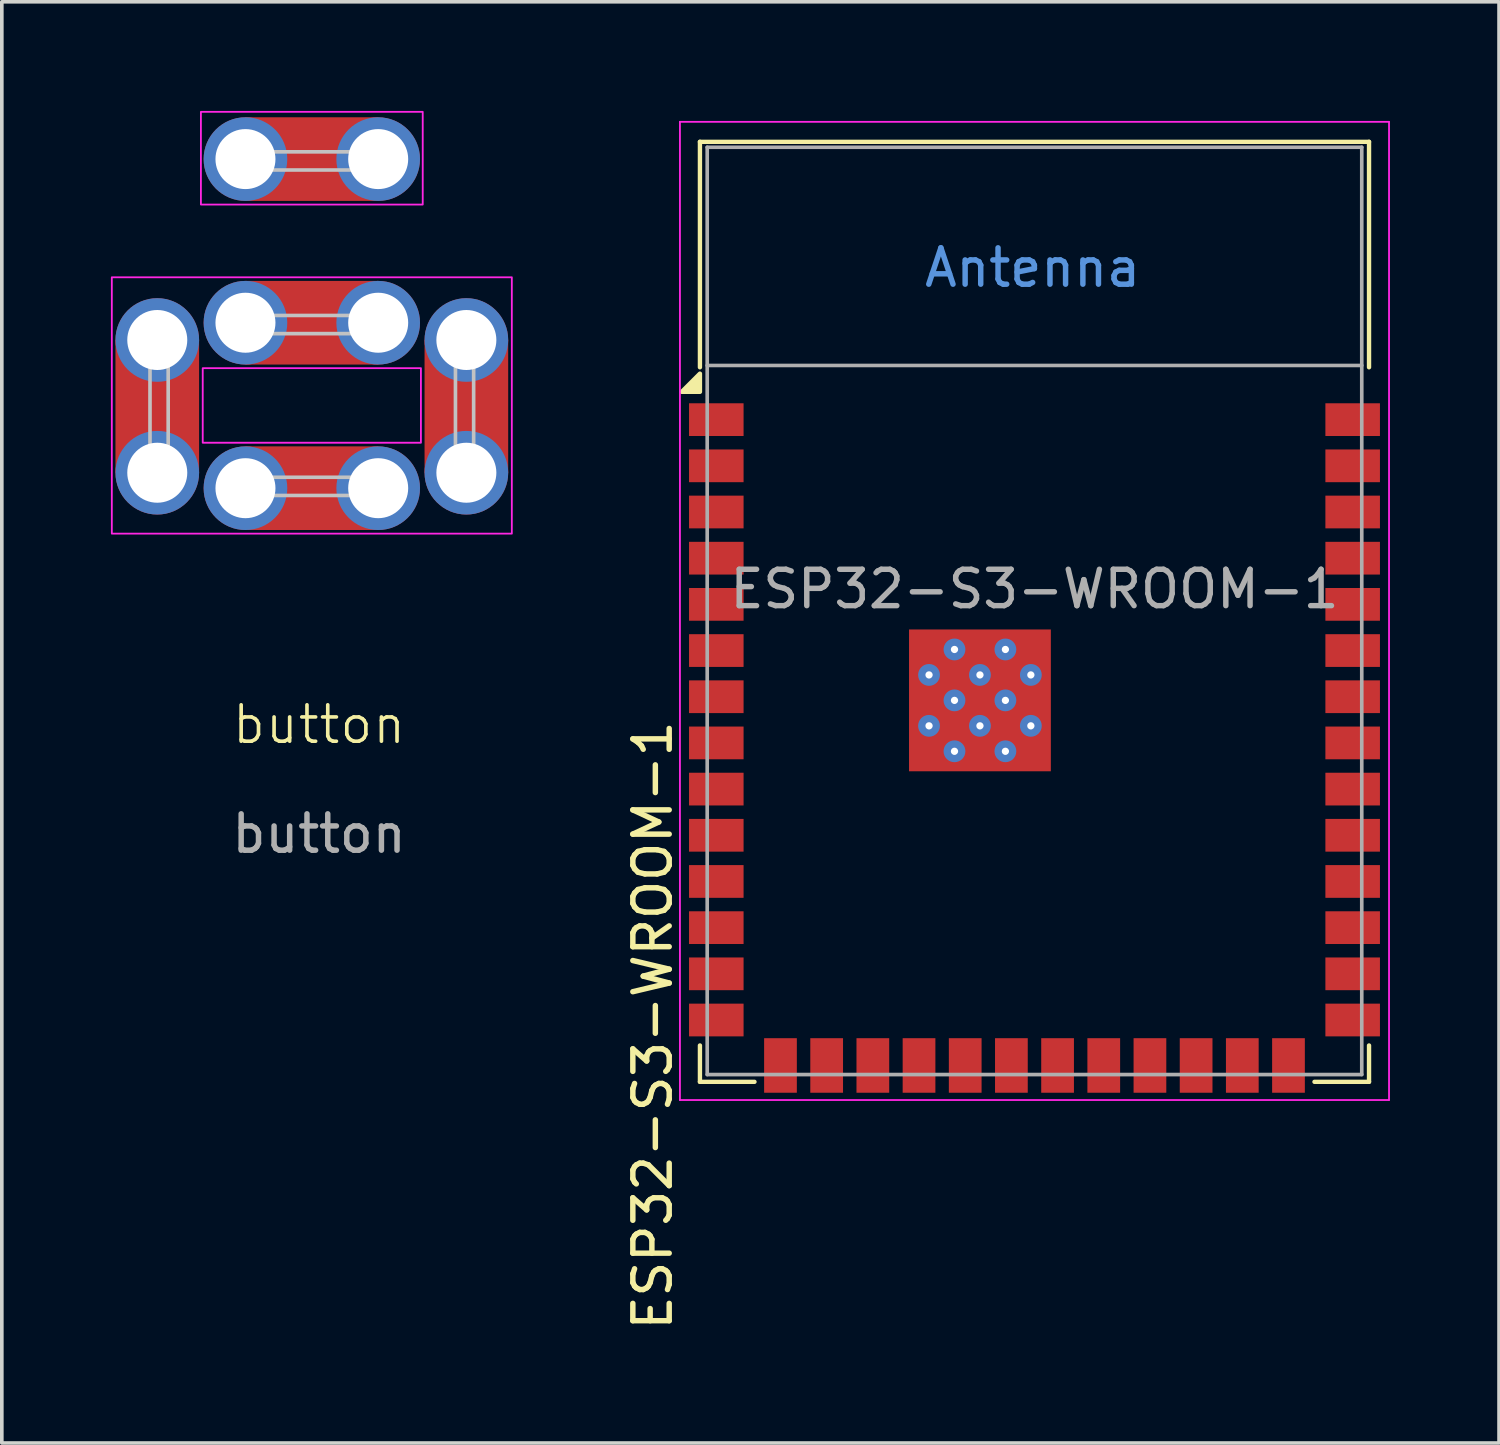
<source format=kicad_pcb>
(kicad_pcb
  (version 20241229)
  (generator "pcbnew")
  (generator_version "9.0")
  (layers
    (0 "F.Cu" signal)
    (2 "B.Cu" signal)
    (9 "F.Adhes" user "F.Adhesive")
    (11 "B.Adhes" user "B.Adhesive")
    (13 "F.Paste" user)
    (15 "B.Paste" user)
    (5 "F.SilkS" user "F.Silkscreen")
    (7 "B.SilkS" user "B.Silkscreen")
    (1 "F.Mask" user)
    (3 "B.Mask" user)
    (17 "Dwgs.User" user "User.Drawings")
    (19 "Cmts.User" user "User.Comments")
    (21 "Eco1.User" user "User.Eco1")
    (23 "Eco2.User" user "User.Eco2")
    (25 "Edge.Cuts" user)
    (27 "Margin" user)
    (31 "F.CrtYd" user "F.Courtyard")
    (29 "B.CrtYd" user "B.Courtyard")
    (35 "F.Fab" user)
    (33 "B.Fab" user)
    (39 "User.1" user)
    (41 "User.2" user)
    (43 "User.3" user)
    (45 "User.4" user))
  (footprint "button"
    (layer "F.Cu")
    (at 5.525 5.875)
    (property "Reference" "button" (at 0.2 11 0) (unlocked yes) (layer "F.SilkS") (effects (font (size 1 1) (thickness 0.1))))
    (attr smd)
    (fp_rect (start -4.45 0.85) (end -3.95 3.65) (stroke (width 0.1) (type solid)) (fill no) (layer "Dwgs.User"))
    (fp_rect (start -1.4 -4.75) (end 1.4 -4.25) (stroke (width 0.1) (type solid)) (fill no) (layer "Dwgs.User"))
    (fp_rect (start -1.4 -0.25) (end 1.4 0.25) (stroke (width 0.1) (type solid)) (fill no) (layer "Dwgs.User"))
    (fp_rect (start -1.4 4.2) (end 1.4 4.7) (stroke (width 0.1) (type solid)) (fill no) (layer "Dwgs.User"))
    (fp_rect (start 3.95 0.85) (end 4.45 3.65) (stroke (width 0.1) (type solid)) (fill no) (layer "Dwgs.User"))
    (fp_rect (start -5.5 -1.3) (end 5.5 5.75) (stroke (width 0.05) (type default)) (fill no) (layer "F.CrtYd"))
    (fp_rect (start -3.05 -5.85) (end 3.05 -3.3) (stroke (width 0.05) (type default)) (fill no) (layer "F.CrtYd"))
    (fp_rect (start -3 1.2) (end 3 3.25) (stroke (width 0.05) (type default)) (fill no) (layer "F.CrtYd"))
    (fp_text user "${REFERENCE}" (at 0.2 14 0) (unlocked yes) (layer "F.Fab") (effects (font (size 1 1) (thickness 0.15))))
    (pad "1" thru_hole circle (at -1.825 4.5) (size 2.3 2.3) (drill 1.65) (layers "*.Cu" "*.Mask"))
    (pad "1" smd rect (at 0 4.5) (size 3.65 2.3) (layers "F.Cu" "F.Mask" "F.Paste"))
    (pad "1" thru_hole circle (at 1.825 4.5) (size 2.3 2.3) (drill 1.65) (layers "*.Cu" "*.Mask"))
    (pad "2" thru_hole circle (at -1.825 -0.05 180) (size 2.3 2.3) (drill 1.65) (layers "*.Cu" "*.Mask"))
    (pad "2" smd rect (at 0 -0.05) (size 3.65 2.3) (layers "F.Cu" "F.Mask" "F.Paste"))
    (pad "2" thru_hole circle (at 1.825 -0.05 180) (size 2.3 2.3) (drill 1.65) (layers "*.Cu" "*.Mask"))
    (pad "3" thru_hole circle (at -1.825 -4.55 180) (size 2.3 2.3) (drill 1.65) (layers "*.Cu" "*.Mask"))
    (pad "3" smd rect (at 0 -4.55) (size 3.65 2.3) (layers "F.Cu" "F.Mask" "F.Paste"))
    (pad "3" thru_hole circle (at 1.825 -4.55 180) (size 2.3 2.3) (drill 1.65) (layers "*.Cu" "*.Mask"))
    (pad "4" smd rect (at -4.25 2.25 90) (size 3.65 2.3) (layers "F.Cu" "F.Mask" "F.Paste"))
    (pad "4" thru_hole circle (at -4.25 0.425 270) (size 2.3 2.3) (drill 1.65) (layers "*.Cu" "*.Mask"))
    (pad "4" thru_hole circle (at -4.25 4.075 270) (size 2.3 2.3) (drill 1.65) (layers "*.Cu" "*.Mask"))
    (pad "5" thru_hole circle (at 4.25 0.425 90) (size 2.3 2.3) (drill 1.65) (layers "*.Cu" "*.Mask"))
    (pad "5" smd rect (at 4.25 2.25 90) (size 3.65 2.3) (layers "F.Cu" "F.Mask" "F.Paste"))
    (pad "5" thru_hole circle (at 4.25 4.075 90) (size 2.3 2.3) (drill 1.65) (layers "*.Cu" "*.Mask")))
  (footprint "ESP32-S3-WROOM-1"
    (layer "F.Cu")
    (at 34.398 1)
    (property "Reference" "ESP32-S3-WROOM-1" (at -19.5 24.15 90) (unlocked yes) (layer "F.SilkS") (effects (font (size 1 1) (thickness 0.15))))
    (attr smd)
    (fp_line (start -18.2 -0.15) (end -18.2 6.05) (stroke (width 0.12) (type solid)) (layer "F.SilkS"))
    (fp_line (start -18.2 -0.15) (end 0.2 -0.15) (stroke (width 0.12) (type solid)) (layer "F.SilkS"))
    (fp_line (start -18.2 24.7) (end -18.2 25.7) (stroke (width 0.12) (type solid)) (layer "F.SilkS"))
    (fp_line (start -18.2 25.7) (end -16.7 25.7) (stroke (width 0.12) (type solid)) (layer "F.SilkS"))
    (fp_line (start 0.2 -0.15) (end 0.2 6.05) (stroke (width 0.12) (type solid)) (layer "F.SilkS"))
    (fp_line (start 0.2 25.7) (end -1.3 25.7) (stroke (width 0.12) (type solid)) (layer "F.SilkS"))
    (fp_line (start 0.2 25.7) (end 0.2 24.7) (stroke (width 0.12) (type solid)) (layer "F.SilkS"))
    (fp_poly (pts (xy -18.2 6.725) (xy -18.7 6.725) (xy -18.2 6.225) (xy -18.2 6.725)) (stroke (width 0.12) (type solid)) (fill yes) (layer "F.SilkS"))
    (fp_line (start -18.75 -0.7) (end 0.75 -0.7) (stroke (width 0.05) (type solid)) (layer "F.CrtYd"))
    (fp_line (start -18.75 26.2) (end -18.75 -0.7) (stroke (width 0.05) (type solid)) (layer "F.CrtYd"))
    (fp_line (start -18.75 26.2) (end 0.75 26.2) (stroke (width 0.05) (type solid)) (layer "F.CrtYd"))
    (fp_line (start 0.75 -0.7) (end 0.75 26.2) (stroke (width 0.05) (type solid)) (layer "F.CrtYd"))
    (fp_line (start -18 0) (end 0 0) (stroke (width 0.1) (type solid)) (layer "F.Fab"))
    (fp_line (start -18 6) (end 0 6) (stroke (width 0.1) (type solid)) (layer "F.Fab"))
    (fp_line (start -18 25.5) (end -18 0) (stroke (width 0.1) (type solid)) (layer "F.Fab"))
    (fp_line (start -18 25.5) (end 0 25.5) (stroke (width 0.1) (type solid)) (layer "F.Fab"))
    (fp_line (start 0 25.5) (end 0 0) (stroke (width 0.1) (type solid)) (layer "F.Fab"))
    (fp_text user "Antenna" (at -9.05 3.31 0) (layer "Cmts.User") (effects (font (size 1 1) (thickness 0.15))))
    (fp_text user "${REFERENCE}" (at -9 12.15 0) (unlocked yes) (layer "F.Fab") (effects (font (size 1 1) (thickness 0.15))))
    (pad "" smd rect (at -11.9 13.81) (size 0.9 0.9) (layers "F.Paste"))
    (pad "" smd rect (at -11.9 15.21 270) (size 0.9 0.9) (layers "F.Paste"))
    (pad "" smd rect (at -11.9 16.61) (size 0.9 0.9) (layers "F.Paste"))
    (pad "" smd rect (at -10.5 13.81 270) (size 0.9 0.9) (layers "F.Paste"))
    (pad "" smd rect (at -10.5 15.21 270) (size 0.9 0.9) (layers "F.Paste"))
    (pad "" smd rect (at -10.5 16.61 270) (size 0.9 0.9) (layers "F.Paste"))
    (pad "" smd rect (at -9.1 13.81 270) (size 0.9 0.9) (layers "F.Paste"))
    (pad "" smd rect (at -9.1 15.21 270) (size 0.9 0.9) (layers "F.Paste"))
    (pad "" smd rect (at -9.1 16.61 270) (size 0.9 0.9) (layers "F.Paste"))
    (pad "1" smd rect (at -17.75 7.49) (size 1.5 0.9) (layers "F.Cu" "F.Mask" "F.Paste"))
    (pad "2" smd rect (at -17.75 8.76) (size 1.5 0.9) (layers "F.Cu" "F.Mask" "F.Paste"))
    (pad "3" smd rect (at -17.75 10.03) (size 1.5 0.9) (layers "F.Cu" "F.Mask" "F.Paste"))
    (pad "4" smd rect (at -17.75 11.3) (size 1.5 0.9) (layers "F.Cu" "F.Mask" "F.Paste"))
    (pad "5" smd rect (at -17.75 12.57) (size 1.5 0.9) (layers "F.Cu" "F.Mask" "F.Paste"))
    (pad "6" smd rect (at -17.75 13.84) (size 1.5 0.9) (layers "F.Cu" "F.Mask" "F.Paste"))
    (pad "7" smd rect (at -17.75 15.11) (size 1.5 0.9) (layers "F.Cu" "F.Mask" "F.Paste"))
    (pad "8" smd rect (at -17.75 16.38) (size 1.5 0.9) (layers "F.Cu" "F.Mask" "F.Paste"))
    (pad "9" smd rect (at -17.75 17.65) (size 1.5 0.9) (layers "F.Cu" "F.Mask" "F.Paste"))
    (pad "10" smd rect (at -17.75 18.92) (size 1.5 0.9) (layers "F.Cu" "F.Mask" "F.Paste"))
    (pad "11" smd rect (at -17.75 20.19) (size 1.5 0.9) (layers "F.Cu" "F.Mask" "F.Paste"))
    (pad "12" smd rect (at -17.75 21.46) (size 1.5 0.9) (layers "F.Cu" "F.Mask" "F.Paste"))
    (pad "13" smd rect (at -17.75 22.73) (size 1.5 0.9) (layers "F.Cu" "F.Mask" "F.Paste"))
    (pad "14" smd rect (at -17.75 24 180) (size 1.5 0.9) (layers "F.Cu" "F.Mask" "F.Paste"))
    (pad "15" smd rect (at -15.985 25.25 270) (size 1.5 0.9) (layers "F.Cu" "F.Mask" "F.Paste"))
    (pad "16" smd rect (at -14.715 25.25 270) (size 1.5 0.9) (layers "F.Cu" "F.Mask" "F.Paste"))
    (pad "17" smd rect (at -13.445 25.25 270) (size 1.5 0.9) (layers "F.Cu" "F.Mask" "F.Paste"))
    (pad "18" smd rect (at -12.175 25.25 270) (size 1.5 0.9) (layers "F.Cu" "F.Mask" "F.Paste"))
    (pad "19" smd rect (at -10.905 25.25 270) (size 1.5 0.9) (layers "F.Cu" "F.Mask" "F.Paste"))
    (pad "20" smd rect (at -9.635 25.25 270) (size 1.5 0.9) (layers "F.Cu" "F.Mask" "F.Paste"))
    (pad "21" smd rect (at -8.365 25.25 270) (size 1.5 0.9) (layers "F.Cu" "F.Mask" "F.Paste"))
    (pad "22" smd rect (at -7.095 25.25 270) (size 1.5 0.9) (layers "F.Cu" "F.Mask" "F.Paste"))
    (pad "23" smd rect (at -5.825 25.25 270) (size 1.5 0.9) (layers "F.Cu" "F.Mask" "F.Paste"))
    (pad "24" smd rect (at -4.555 25.25 270) (size 1.5 0.9) (layers "F.Cu" "F.Mask" "F.Paste"))
    (pad "25" smd rect (at -3.285 25.25 270) (size 1.5 0.9) (layers "F.Cu" "F.Mask" "F.Paste"))
    (pad "26" smd rect (at -2.015 25.25 270) (size 1.5 0.9) (layers "F.Cu" "F.Mask" "F.Paste"))
    (pad "27" smd rect (at -0.25 24) (size 1.5 0.9) (layers "F.Cu" "F.Mask" "F.Paste"))
    (pad "28" smd rect (at -0.25 22.73) (size 1.5 0.9) (layers "F.Cu" "F.Mask" "F.Paste"))
    (pad "29" smd rect (at -0.25 21.46) (size 1.5 0.9) (layers "F.Cu" "F.Mask" "F.Paste"))
    (pad "30" smd rect (at -0.25 20.19) (size 1.5 0.9) (layers "F.Cu" "F.Mask" "F.Paste"))
    (pad "31" smd rect (at -0.25 18.92) (size 1.5 0.9) (layers "F.Cu" "F.Mask" "F.Paste"))
    (pad "32" smd rect (at -0.25 17.65) (size 1.5 0.9) (layers "F.Cu" "F.Mask" "F.Paste"))
    (pad "33" smd rect (at -0.25 16.38) (size 1.5 0.9) (layers "F.Cu" "F.Mask" "F.Paste"))
    (pad "34" smd rect (at -0.25 15.11) (size 1.5 0.9) (layers "F.Cu" "F.Mask" "F.Paste"))
    (pad "35" smd rect (at -0.25 13.84) (size 1.5 0.9) (layers "F.Cu" "F.Mask" "F.Paste"))
    (pad "36" smd rect (at -0.25 12.57) (size 1.5 0.9) (layers "F.Cu" "F.Mask" "F.Paste"))
    (pad "37" smd rect (at -0.25 11.3) (size 1.5 0.9) (layers "F.Cu" "F.Mask" "F.Paste"))
    (pad "38" smd rect (at -0.25 10.03) (size 1.5 0.9) (layers "F.Cu" "F.Mask" "F.Paste"))
    (pad "39" smd rect (at -0.25 8.76) (size 1.5 0.9) (layers "F.Cu" "F.Mask" "F.Paste"))
    (pad "40" smd rect (at -0.25 7.49) (size 1.5 0.9) (layers "F.Cu" "F.Mask" "F.Paste"))
    (pad "41" thru_hole circle (at -11.9 14.51 90) (size 0.6 0.6) (drill 0.2) (property pad_prop_heatsink) (layers "*.Cu" "F.Mask"))
    (pad "41" thru_hole circle (at -11.9 15.91) (size 0.6 0.6) (drill 0.2) (property pad_prop_heatsink) (layers "*.Cu" "F.Mask"))
    (pad "41" thru_hole circle (at -11.2 13.81) (size 0.6 0.6) (drill 0.2) (property pad_prop_heatsink) (layers "*.Cu" "F.Mask"))
    (pad "41" thru_hole circle (at -11.2 15.21) (size 0.6 0.6) (drill 0.2) (property pad_prop_heatsink) (layers "*.Cu" "F.Mask"))
    (pad "41" thru_hole circle (at -11.2 16.61) (size 0.6 0.6) (drill 0.2) (property pad_prop_heatsink) (layers "*.Cu" "F.Mask"))
    (pad "41" thru_hole circle (at -10.5 14.51) (size 0.6 0.6) (drill 0.2) (property pad_prop_heatsink) (layers "*.Cu" "F.Mask"))
    (pad "41" smd rect (at -10.5 15.21 270) (size 3.9 3.9) (property pad_prop_heatsink) (layers "F.Cu" "F.Mask"))
    (pad "41" thru_hole circle (at -10.5 15.91) (size 0.6 0.6) (drill 0.2) (property pad_prop_heatsink) (layers "*.Cu" "F.Mask"))
    (pad "41" thru_hole circle (at -9.8 13.81) (size 0.6 0.6) (drill 0.2) (property pad_prop_heatsink) (layers "*.Cu" "F.Mask"))
    (pad "41" thru_hole circle (at -9.8 15.21) (size 0.6 0.6) (drill 0.2) (property pad_prop_heatsink) (layers "*.Cu" "F.Mask"))
    (pad "41" thru_hole circle (at -9.8 16.61) (size 0.6 0.6) (drill 0.2) (property pad_prop_heatsink) (layers "*.Cu" "F.Mask"))
    (pad "41" thru_hole circle (at -9.1 14.51) (size 0.6 0.6) (drill 0.2) (property pad_prop_heatsink) (layers "*.Cu" "F.Mask"))
    (pad "41" thru_hole circle (at -9.1 15.91) (size 0.6 0.6) (drill 0.2) (property pad_prop_heatsink) (layers "*.Cu" "F.Mask"))
    (zone (net_name "") (layers "F.Cu" "B.Cu") (hatch full 0.508) (connect_pads) (min_thickness 0.254) (filled_areas_thickness no) (keepout (tracks not_allowed) (vias not_allowed) (pads not_allowed) (copperpour not_allowed) (footprints not_allowed)) (placement (enabled no)) (fill) (polygon (pts (xy 16.398 7) (xy 34.398 7) (xy 34.398 0) (xy 16.398 0)))))
  (gr_rect
    (start -3 -3)
    (end 38.173 36.632)
    (stroke (width 0.1) (type default))
    (fill no)
    (layer "Edge.Cuts")))
</source>
